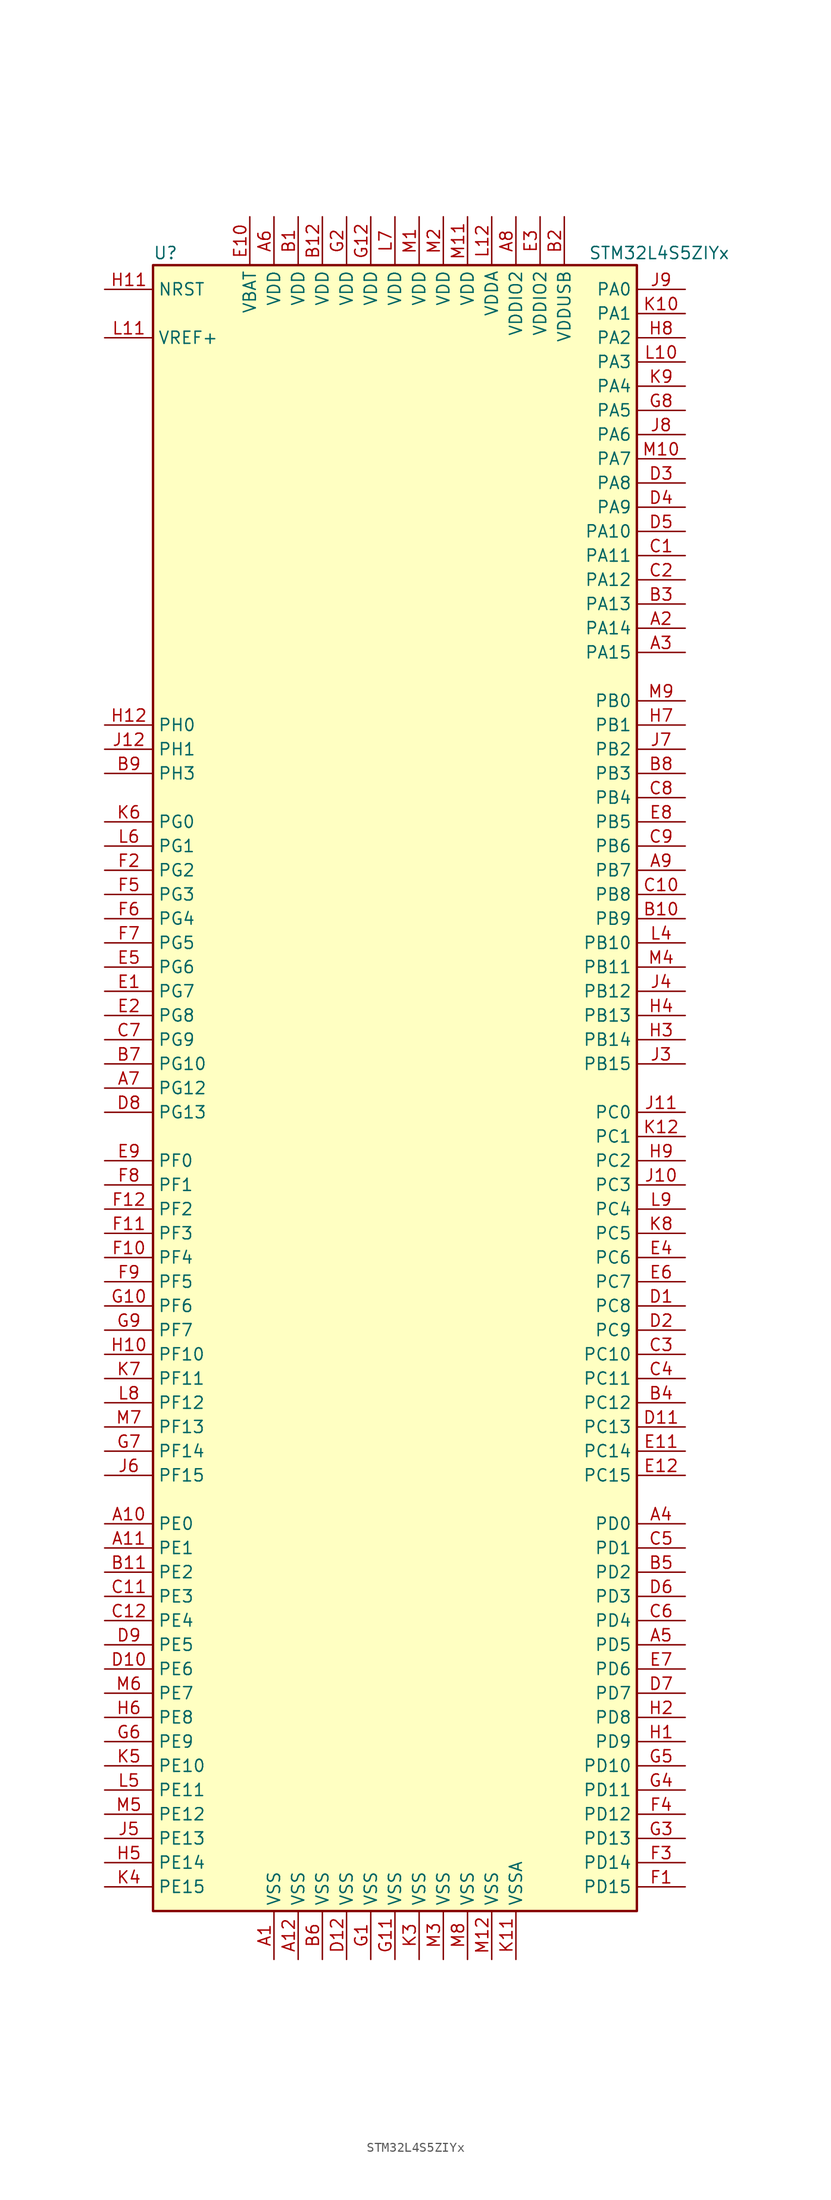
<source format=kicad_sym>
(kicad_symbol_lib
  (version 20220914)
  (generator kicad_symbol_editor)
  (symbol "STM32L4S5ZIYx"
    (property "Reference" "U"
      (at -25.4 87.63 0)
      (effects (font (size 1.27 1.27)) (justify left)))
    (property "Value" "STM32L4S5ZIYx"
      (at 20.32 87.63 0)
      (effects (font (size 1.27 1.27)) (justify left)))
    (symbol "STM32L4S5ZIYx_0_1"
      (rectangle (start -25.4 -86.36) (end 25.4 86.36) (stroke (width 0.254) (type default)) (fill (type background))))
    (symbol "STM32L4S5ZIYx_1_1"
      (pin power_in line (at -12.7 -91.44 90) (length 5.08) (name "VSS" (effects (font (size 1.27 1.27)))) (number "A1" (effects (font (size 1.27 1.27)))))
      (pin bidirectional line (at -30.48 -45.72 0) (length 5.08) (name "PE0" (effects (font (size 1.27 1.27)))) (number "A10" (effects (font (size 1.27 1.27)))))
      (pin bidirectional line (at -30.48 -48.26 0) (length 5.08) (name "PE1" (effects (font (size 1.27 1.27)))) (number "A11" (effects (font (size 1.27 1.27)))))
      (pin power_in line (at -10.16 -91.44 90) (length 5.08) (name "VSS" (effects (font (size 1.27 1.27)))) (number "A12" (effects (font (size 1.27 1.27)))))
      (pin bidirectional line (at 30.48 48.26 180) (length 5.08) (name "PA14" (effects (font (size 1.27 1.27)))) (number "A2" (effects (font (size 1.27 1.27)))))
      (pin bidirectional line (at 30.48 45.72 180) (length 5.08) (name "PA15" (effects (font (size 1.27 1.27)))) (number "A3" (effects (font (size 1.27 1.27)))))
      (pin bidirectional line (at 30.48 -45.72 180) (length 5.08) (name "PD0" (effects (font (size 1.27 1.27)))) (number "A4" (effects (font (size 1.27 1.27)))))
      (pin bidirectional line (at 30.48 -58.42 180) (length 5.08) (name "PD5" (effects (font (size 1.27 1.27)))) (number "A5" (effects (font (size 1.27 1.27)))))
      (pin power_in line (at -12.7 91.44 270) (length 5.08) (name "VDD" (effects (font (size 1.27 1.27)))) (number "A6" (effects (font (size 1.27 1.27)))))
      (pin bidirectional line (at -30.48 0 0) (length 5.08) (name "PG12" (effects (font (size 1.27 1.27)))) (number "A7" (effects (font (size 1.27 1.27)))))
      (pin power_in line (at 12.7 91.44 270) (length 5.08) (name "VDDIO2" (effects (font (size 1.27 1.27)))) (number "A8" (effects (font (size 1.27 1.27)))))
      (pin bidirectional line (at 30.48 22.86 180) (length 5.08) (name "PB7" (effects (font (size 1.27 1.27)))) (number "A9" (effects (font (size 1.27 1.27)))))
      (pin power_in line (at -10.16 91.44 270) (length 5.08) (name "VDD" (effects (font (size 1.27 1.27)))) (number "B1" (effects (font (size 1.27 1.27)))))
      (pin bidirectional line (at 30.48 17.78 180) (length 5.08) (name "PB9" (effects (font (size 1.27 1.27)))) (number "B10" (effects (font (size 1.27 1.27)))))
      (pin bidirectional line (at -30.48 -50.8 0) (length 5.08) (name "PE2" (effects (font (size 1.27 1.27)))) (number "B11" (effects (font (size 1.27 1.27)))))
      (pin power_in line (at -7.62 91.44 270) (length 5.08) (name "VDD" (effects (font (size 1.27 1.27)))) (number "B12" (effects (font (size 1.27 1.27)))))
      (pin power_in line (at 17.78 91.44 270) (length 5.08) (name "VDDUSB" (effects (font (size 1.27 1.27)))) (number "B2" (effects (font (size 1.27 1.27)))))
      (pin bidirectional line (at 30.48 50.8 180) (length 5.08) (name "PA13" (effects (font (size 1.27 1.27)))) (number "B3" (effects (font (size 1.27 1.27)))))
      (pin bidirectional line (at 30.48 -33.02 180) (length 5.08) (name "PC12" (effects (font (size 1.27 1.27)))) (number "B4" (effects (font (size 1.27 1.27)))))
      (pin bidirectional line (at 30.48 -50.8 180) (length 5.08) (name "PD2" (effects (font (size 1.27 1.27)))) (number "B5" (effects (font (size 1.27 1.27)))))
      (pin power_in line (at -7.62 -91.44 90) (length 5.08) (name "VSS" (effects (font (size 1.27 1.27)))) (number "B6" (effects (font (size 1.27 1.27)))))
      (pin bidirectional line (at -30.48 2.54 0) (length 5.08) (name "PG10" (effects (font (size 1.27 1.27)))) (number "B7" (effects (font (size 1.27 1.27)))))
      (pin bidirectional line (at 30.48 33.02 180) (length 5.08) (name "PB3" (effects (font (size 1.27 1.27)))) (number "B8" (effects (font (size 1.27 1.27)))))
      (pin bidirectional line (at -30.48 33.02 0) (length 5.08) (name "PH3" (effects (font (size 1.27 1.27)))) (number "B9" (effects (font (size 1.27 1.27)))))
      (pin bidirectional line (at 30.48 55.88 180) (length 5.08) (name "PA11" (effects (font (size 1.27 1.27)))) (number "C1" (effects (font (size 1.27 1.27)))))
      (pin bidirectional line (at 30.48 20.32 180) (length 5.08) (name "PB8" (effects (font (size 1.27 1.27)))) (number "C10" (effects (font (size 1.27 1.27)))))
      (pin bidirectional line (at -30.48 -53.34 0) (length 5.08) (name "PE3" (effects (font (size 1.27 1.27)))) (number "C11" (effects (font (size 1.27 1.27)))))
      (pin bidirectional line (at -30.48 -55.88 0) (length 5.08) (name "PE4" (effects (font (size 1.27 1.27)))) (number "C12" (effects (font (size 1.27 1.27)))))
      (pin bidirectional line (at 30.48 53.34 180) (length 5.08) (name "PA12" (effects (font (size 1.27 1.27)))) (number "C2" (effects (font (size 1.27 1.27)))))
      (pin bidirectional line (at 30.48 -27.94 180) (length 5.08) (name "PC10" (effects (font (size 1.27 1.27)))) (number "C3" (effects (font (size 1.27 1.27)))))
      (pin bidirectional line (at 30.48 -30.48 180) (length 5.08) (name "PC11" (effects (font (size 1.27 1.27)))) (number "C4" (effects (font (size 1.27 1.27)))))
      (pin bidirectional line (at 30.48 -48.26 180) (length 5.08) (name "PD1" (effects (font (size 1.27 1.27)))) (number "C5" (effects (font (size 1.27 1.27)))))
      (pin bidirectional line (at 30.48 -55.88 180) (length 5.08) (name "PD4" (effects (font (size 1.27 1.27)))) (number "C6" (effects (font (size 1.27 1.27)))))
      (pin bidirectional line (at -30.48 5.08 0) (length 5.08) (name "PG9" (effects (font (size 1.27 1.27)))) (number "C7" (effects (font (size 1.27 1.27)))))
      (pin bidirectional line (at 30.48 30.48 180) (length 5.08) (name "PB4" (effects (font (size 1.27 1.27)))) (number "C8" (effects (font (size 1.27 1.27)))))
      (pin bidirectional line (at 30.48 25.4 180) (length 5.08) (name "PB6" (effects (font (size 1.27 1.27)))) (number "C9" (effects (font (size 1.27 1.27)))))
      (pin bidirectional line (at 30.48 -22.86 180) (length 5.08) (name "PC8" (effects (font (size 1.27 1.27)))) (number "D1" (effects (font (size 1.27 1.27)))))
      (pin bidirectional line (at -30.48 -60.96 0) (length 5.08) (name "PE6" (effects (font (size 1.27 1.27)))) (number "D10" (effects (font (size 1.27 1.27)))))
      (pin bidirectional line (at 30.48 -35.56 180) (length 5.08) (name "PC13" (effects (font (size 1.27 1.27)))) (number "D11" (effects (font (size 1.27 1.27)))))
      (pin power_in line (at -5.08 -91.44 90) (length 5.08) (name "VSS" (effects (font (size 1.27 1.27)))) (number "D12" (effects (font (size 1.27 1.27)))))
      (pin bidirectional line (at 30.48 -25.4 180) (length 5.08) (name "PC9" (effects (font (size 1.27 1.27)))) (number "D2" (effects (font (size 1.27 1.27)))))
      (pin bidirectional line (at 30.48 63.5 180) (length 5.08) (name "PA8" (effects (font (size 1.27 1.27)))) (number "D3" (effects (font (size 1.27 1.27)))))
      (pin bidirectional line (at 30.48 60.96 180) (length 5.08) (name "PA9" (effects (font (size 1.27 1.27)))) (number "D4" (effects (font (size 1.27 1.27)))))
      (pin bidirectional line (at 30.48 58.42 180) (length 5.08) (name "PA10" (effects (font (size 1.27 1.27)))) (number "D5" (effects (font (size 1.27 1.27)))))
      (pin bidirectional line (at 30.48 -53.34 180) (length 5.08) (name "PD3" (effects (font (size 1.27 1.27)))) (number "D6" (effects (font (size 1.27 1.27)))))
      (pin bidirectional line (at 30.48 -63.5 180) (length 5.08) (name "PD7" (effects (font (size 1.27 1.27)))) (number "D7" (effects (font (size 1.27 1.27)))))
      (pin bidirectional line (at -30.48 -2.54 0) (length 5.08) (name "PG13" (effects (font (size 1.27 1.27)))) (number "D8" (effects (font (size 1.27 1.27)))))
      (pin bidirectional line (at -30.48 -58.42 0) (length 5.08) (name "PE5" (effects (font (size 1.27 1.27)))) (number "D9" (effects (font (size 1.27 1.27)))))
      (pin bidirectional line (at -30.48 10.16 0) (length 5.08) (name "PG7" (effects (font (size 1.27 1.27)))) (number "E1" (effects (font (size 1.27 1.27)))))
      (pin power_in line (at -15.24 91.44 270) (length 5.08) (name "VBAT" (effects (font (size 1.27 1.27)))) (number "E10" (effects (font (size 1.27 1.27)))))
      (pin bidirectional line (at 30.48 -38.1 180) (length 5.08) (name "PC14" (effects (font (size 1.27 1.27)))) (number "E11" (effects (font (size 1.27 1.27)))))
      (pin bidirectional line (at 30.48 -40.64 180) (length 5.08) (name "PC15" (effects (font (size 1.27 1.27)))) (number "E12" (effects (font (size 1.27 1.27)))))
      (pin bidirectional line (at -30.48 7.62 0) (length 5.08) (name "PG8" (effects (font (size 1.27 1.27)))) (number "E2" (effects (font (size 1.27 1.27)))))
      (pin power_in line (at 15.24 91.44 270) (length 5.08) (name "VDDIO2" (effects (font (size 1.27 1.27)))) (number "E3" (effects (font (size 1.27 1.27)))))
      (pin bidirectional line (at 30.48 -17.78 180) (length 5.08) (name "PC6" (effects (font (size 1.27 1.27)))) (number "E4" (effects (font (size 1.27 1.27)))))
      (pin bidirectional line (at -30.48 12.7 0) (length 5.08) (name "PG6" (effects (font (size 1.27 1.27)))) (number "E5" (effects (font (size 1.27 1.27)))))
      (pin bidirectional line (at 30.48 -20.32 180) (length 5.08) (name "PC7" (effects (font (size 1.27 1.27)))) (number "E6" (effects (font (size 1.27 1.27)))))
      (pin bidirectional line (at 30.48 -60.96 180) (length 5.08) (name "PD6" (effects (font (size 1.27 1.27)))) (number "E7" (effects (font (size 1.27 1.27)))))
      (pin bidirectional line (at 30.48 27.94 180) (length 5.08) (name "PB5" (effects (font (size 1.27 1.27)))) (number "E8" (effects (font (size 1.27 1.27)))))
      (pin bidirectional line (at -30.48 -7.62 0) (length 5.08) (name "PF0" (effects (font (size 1.27 1.27)))) (number "E9" (effects (font (size 1.27 1.27)))))
      (pin bidirectional line (at 30.48 -83.82 180) (length 5.08) (name "PD15" (effects (font (size 1.27 1.27)))) (number "F1" (effects (font (size 1.27 1.27)))))
      (pin bidirectional line (at -30.48 -17.78 0) (length 5.08) (name "PF4" (effects (font (size 1.27 1.27)))) (number "F10" (effects (font (size 1.27 1.27)))))
      (pin bidirectional line (at -30.48 -15.24 0) (length 5.08) (name "PF3" (effects (font (size 1.27 1.27)))) (number "F11" (effects (font (size 1.27 1.27)))))
      (pin bidirectional line (at -30.48 -12.7 0) (length 5.08) (name "PF2" (effects (font (size 1.27 1.27)))) (number "F12" (effects (font (size 1.27 1.27)))))
      (pin bidirectional line (at -30.48 22.86 0) (length 5.08) (name "PG2" (effects (font (size 1.27 1.27)))) (number "F2" (effects (font (size 1.27 1.27)))))
      (pin bidirectional line (at 30.48 -81.28 180) (length 5.08) (name "PD14" (effects (font (size 1.27 1.27)))) (number "F3" (effects (font (size 1.27 1.27)))))
      (pin bidirectional line (at 30.48 -76.2 180) (length 5.08) (name "PD12" (effects (font (size 1.27 1.27)))) (number "F4" (effects (font (size 1.27 1.27)))))
      (pin bidirectional line (at -30.48 20.32 0) (length 5.08) (name "PG3" (effects (font (size 1.27 1.27)))) (number "F5" (effects (font (size 1.27 1.27)))))
      (pin bidirectional line (at -30.48 17.78 0) (length 5.08) (name "PG4" (effects (font (size 1.27 1.27)))) (number "F6" (effects (font (size 1.27 1.27)))))
      (pin bidirectional line (at -30.48 15.24 0) (length 5.08) (name "PG5" (effects (font (size 1.27 1.27)))) (number "F7" (effects (font (size 1.27 1.27)))))
      (pin bidirectional line (at -30.48 -10.16 0) (length 5.08) (name "PF1" (effects (font (size 1.27 1.27)))) (number "F8" (effects (font (size 1.27 1.27)))))
      (pin bidirectional line (at -30.48 -20.32 0) (length 5.08) (name "PF5" (effects (font (size 1.27 1.27)))) (number "F9" (effects (font (size 1.27 1.27)))))
      (pin power_in line (at -2.54 -91.44 90) (length 5.08) (name "VSS" (effects (font (size 1.27 1.27)))) (number "G1" (effects (font (size 1.27 1.27)))))
      (pin bidirectional line (at -30.48 -22.86 0) (length 5.08) (name "PF6" (effects (font (size 1.27 1.27)))) (number "G10" (effects (font (size 1.27 1.27)))))
      (pin power_in line (at 0 -91.44 90) (length 5.08) (name "VSS" (effects (font (size 1.27 1.27)))) (number "G11" (effects (font (size 1.27 1.27)))))
      (pin power_in line (at -2.54 91.44 270) (length 5.08) (name "VDD" (effects (font (size 1.27 1.27)))) (number "G12" (effects (font (size 1.27 1.27)))))
      (pin power_in line (at -5.08 91.44 270) (length 5.08) (name "VDD" (effects (font (size 1.27 1.27)))) (number "G2" (effects (font (size 1.27 1.27)))))
      (pin bidirectional line (at 30.48 -78.74 180) (length 5.08) (name "PD13" (effects (font (size 1.27 1.27)))) (number "G3" (effects (font (size 1.27 1.27)))))
      (pin bidirectional line (at 30.48 -73.66 180) (length 5.08) (name "PD11" (effects (font (size 1.27 1.27)))) (number "G4" (effects (font (size 1.27 1.27)))))
      (pin bidirectional line (at 30.48 -71.12 180) (length 5.08) (name "PD10" (effects (font (size 1.27 1.27)))) (number "G5" (effects (font (size 1.27 1.27)))))
      (pin bidirectional line (at -30.48 -68.58 0) (length 5.08) (name "PE9" (effects (font (size 1.27 1.27)))) (number "G6" (effects (font (size 1.27 1.27)))))
      (pin bidirectional line (at -30.48 -38.1 0) (length 5.08) (name "PF14" (effects (font (size 1.27 1.27)))) (number "G7" (effects (font (size 1.27 1.27)))))
      (pin bidirectional line (at 30.48 71.12 180) (length 5.08) (name "PA5" (effects (font (size 1.27 1.27)))) (number "G8" (effects (font (size 1.27 1.27)))))
      (pin bidirectional line (at -30.48 -25.4 0) (length 5.08) (name "PF7" (effects (font (size 1.27 1.27)))) (number "G9" (effects (font (size 1.27 1.27)))))
      (pin bidirectional line (at 30.48 -68.58 180) (length 5.08) (name "PD9" (effects (font (size 1.27 1.27)))) (number "H1" (effects (font (size 1.27 1.27)))))
      (pin bidirectional line (at -30.48 -27.94 0) (length 5.08) (name "PF10" (effects (font (size 1.27 1.27)))) (number "H10" (effects (font (size 1.27 1.27)))))
      (pin input line (at -30.48 83.82 0) (length 5.08) (name "NRST" (effects (font (size 1.27 1.27)))) (number "H11" (effects (font (size 1.27 1.27)))))
      (pin input line (at -30.48 38.1 0) (length 5.08) (name "PH0" (effects (font (size 1.27 1.27)))) (number "H12" (effects (font (size 1.27 1.27)))))
      (pin bidirectional line (at 30.48 -66.04 180) (length 5.08) (name "PD8" (effects (font (size 1.27 1.27)))) (number "H2" (effects (font (size 1.27 1.27)))))
      (pin bidirectional line (at 30.48 5.08 180) (length 5.08) (name "PB14" (effects (font (size 1.27 1.27)))) (number "H3" (effects (font (size 1.27 1.27)))))
      (pin bidirectional line (at 30.48 7.62 180) (length 5.08) (name "PB13" (effects (font (size 1.27 1.27)))) (number "H4" (effects (font (size 1.27 1.27)))))
      (pin bidirectional line (at -30.48 -81.28 0) (length 5.08) (name "PE14" (effects (font (size 1.27 1.27)))) (number "H5" (effects (font (size 1.27 1.27)))))
      (pin bidirectional line (at -30.48 -66.04 0) (length 5.08) (name "PE8" (effects (font (size 1.27 1.27)))) (number "H6" (effects (font (size 1.27 1.27)))))
      (pin bidirectional line (at 30.48 38.1 180) (length 5.08) (name "PB1" (effects (font (size 1.27 1.27)))) (number "H7" (effects (font (size 1.27 1.27)))))
      (pin bidirectional line (at 30.48 78.74 180) (length 5.08) (name "PA2" (effects (font (size 1.27 1.27)))) (number "H8" (effects (font (size 1.27 1.27)))))
      (pin bidirectional line (at 30.48 -7.62 180) (length 5.08) (name "PC2" (effects (font (size 1.27 1.27)))) (number "H9" (effects (font (size 1.27 1.27)))))
      (pin no_connect line (at -25.4 -83.82 0) (length 5.08) hide (name "NC" (effects (font (size 1.27 1.27)))) (number "J1" (effects (font (size 1.27 1.27)))))
      (pin bidirectional line (at 30.48 -10.16 180) (length 5.08) (name "PC3" (effects (font (size 1.27 1.27)))) (number "J10" (effects (font (size 1.27 1.27)))))
      (pin bidirectional line (at 30.48 -2.54 180) (length 5.08) (name "PC0" (effects (font (size 1.27 1.27)))) (number "J11" (effects (font (size 1.27 1.27)))))
      (pin input line (at -30.48 35.56 0) (length 5.08) (name "PH1" (effects (font (size 1.27 1.27)))) (number "J12" (effects (font (size 1.27 1.27)))))
      (pin no_connect line (at -25.4 -81.28 0) (length 5.08) hide (name "NC" (effects (font (size 1.27 1.27)))) (number "J2" (effects (font (size 1.27 1.27)))))
      (pin bidirectional line (at 30.48 2.54 180) (length 5.08) (name "PB15" (effects (font (size 1.27 1.27)))) (number "J3" (effects (font (size 1.27 1.27)))))
      (pin bidirectional line (at 30.48 10.16 180) (length 5.08) (name "PB12" (effects (font (size 1.27 1.27)))) (number "J4" (effects (font (size 1.27 1.27)))))
      (pin bidirectional line (at -30.48 -78.74 0) (length 5.08) (name "PE13" (effects (font (size 1.27 1.27)))) (number "J5" (effects (font (size 1.27 1.27)))))
      (pin bidirectional line (at -30.48 -40.64 0) (length 5.08) (name "PF15" (effects (font (size 1.27 1.27)))) (number "J6" (effects (font (size 1.27 1.27)))))
      (pin bidirectional line (at 30.48 35.56 180) (length 5.08) (name "PB2" (effects (font (size 1.27 1.27)))) (number "J7" (effects (font (size 1.27 1.27)))))
      (pin bidirectional line (at 30.48 68.58 180) (length 5.08) (name "PA6" (effects (font (size 1.27 1.27)))) (number "J8" (effects (font (size 1.27 1.27)))))
      (pin bidirectional line (at 30.48 83.82 180) (length 5.08) (name "PA0" (effects (font (size 1.27 1.27)))) (number "J9" (effects (font (size 1.27 1.27)))))
      (pin no_connect line (at -25.4 -78.74 0) (length 5.08) hide (name "NC" (effects (font (size 1.27 1.27)))) (number "K1" (effects (font (size 1.27 1.27)))))
      (pin bidirectional line (at 30.48 81.28 180) (length 5.08) (name "PA1" (effects (font (size 1.27 1.27)))) (number "K10" (effects (font (size 1.27 1.27)))))
      (pin power_in line (at 12.7 -91.44 90) (length 5.08) (name "VSSA" (effects (font (size 1.27 1.27)))) (number "K11" (effects (font (size 1.27 1.27)))))
      (pin bidirectional line (at 30.48 -5.08 180) (length 5.08) (name "PC1" (effects (font (size 1.27 1.27)))) (number "K12" (effects (font (size 1.27 1.27)))))
      (pin no_connect line (at -25.4 -76.2 0) (length 5.08) hide (name "NC" (effects (font (size 1.27 1.27)))) (number "K2" (effects (font (size 1.27 1.27)))))
      (pin power_in line (at 2.54 -91.44 90) (length 5.08) (name "VSS" (effects (font (size 1.27 1.27)))) (number "K3" (effects (font (size 1.27 1.27)))))
      (pin bidirectional line (at -30.48 -83.82 0) (length 5.08) (name "PE15" (effects (font (size 1.27 1.27)))) (number "K4" (effects (font (size 1.27 1.27)))))
      (pin bidirectional line (at -30.48 -71.12 0) (length 5.08) (name "PE10" (effects (font (size 1.27 1.27)))) (number "K5" (effects (font (size 1.27 1.27)))))
      (pin bidirectional line (at -30.48 27.94 0) (length 5.08) (name "PG0" (effects (font (size 1.27 1.27)))) (number "K6" (effects (font (size 1.27 1.27)))))
      (pin bidirectional line (at -30.48 -30.48 0) (length 5.08) (name "PF11" (effects (font (size 1.27 1.27)))) (number "K7" (effects (font (size 1.27 1.27)))))
      (pin bidirectional line (at 30.48 -15.24 180) (length 5.08) (name "PC5" (effects (font (size 1.27 1.27)))) (number "K8" (effects (font (size 1.27 1.27)))))
      (pin bidirectional line (at 30.48 73.66 180) (length 5.08) (name "PA4" (effects (font (size 1.27 1.27)))) (number "K9" (effects (font (size 1.27 1.27)))))
      (pin no_connect line (at -25.4 -73.66 0) (length 5.08) hide (name "NC" (effects (font (size 1.27 1.27)))) (number "L1" (effects (font (size 1.27 1.27)))))
      (pin bidirectional line (at 30.48 76.2 180) (length 5.08) (name "PA3" (effects (font (size 1.27 1.27)))) (number "L10" (effects (font (size 1.27 1.27)))))
      (pin bidirectional line (at -30.48 78.74 0) (length 5.08) (name "VREF+" (effects (font (size 1.27 1.27)))) (number "L11" (effects (font (size 1.27 1.27)))))
      (pin power_in line (at 10.16 91.44 270) (length 5.08) (name "VDDA" (effects (font (size 1.27 1.27)))) (number "L12" (effects (font (size 1.27 1.27)))))
      (pin no_connect line (at -25.4 -71.12 0) (length 5.08) hide (name "NC" (effects (font (size 1.27 1.27)))) (number "L2" (effects (font (size 1.27 1.27)))))
      (pin no_connect line (at -25.4 -68.58 0) (length 5.08) hide (name "NC" (effects (font (size 1.27 1.27)))) (number "L3" (effects (font (size 1.27 1.27)))))
      (pin bidirectional line (at 30.48 15.24 180) (length 5.08) (name "PB10" (effects (font (size 1.27 1.27)))) (number "L4" (effects (font (size 1.27 1.27)))))
      (pin bidirectional line (at -30.48 -73.66 0) (length 5.08) (name "PE11" (effects (font (size 1.27 1.27)))) (number "L5" (effects (font (size 1.27 1.27)))))
      (pin bidirectional line (at -30.48 25.4 0) (length 5.08) (name "PG1" (effects (font (size 1.27 1.27)))) (number "L6" (effects (font (size 1.27 1.27)))))
      (pin power_in line (at 0 91.44 270) (length 5.08) (name "VDD" (effects (font (size 1.27 1.27)))) (number "L7" (effects (font (size 1.27 1.27)))))
      (pin bidirectional line (at -30.48 -33.02 0) (length 5.08) (name "PF12" (effects (font (size 1.27 1.27)))) (number "L8" (effects (font (size 1.27 1.27)))))
      (pin bidirectional line (at 30.48 -12.7 180) (length 5.08) (name "PC4" (effects (font (size 1.27 1.27)))) (number "L9" (effects (font (size 1.27 1.27)))))
      (pin power_in line (at 2.54 91.44 270) (length 5.08) (name "VDD" (effects (font (size 1.27 1.27)))) (number "M1" (effects (font (size 1.27 1.27)))))
      (pin bidirectional line (at 30.48 66.04 180) (length 5.08) (name "PA7" (effects (font (size 1.27 1.27)))) (number "M10" (effects (font (size 1.27 1.27)))))
      (pin power_in line (at 7.62 91.44 270) (length 5.08) (name "VDD" (effects (font (size 1.27 1.27)))) (number "M11" (effects (font (size 1.27 1.27)))))
      (pin power_in line (at 10.16 -91.44 90) (length 5.08) (name "VSS" (effects (font (size 1.27 1.27)))) (number "M12" (effects (font (size 1.27 1.27)))))
      (pin power_in line (at 5.08 91.44 270) (length 5.08) (name "VDD" (effects (font (size 1.27 1.27)))) (number "M2" (effects (font (size 1.27 1.27)))))
      (pin power_in line (at 5.08 -91.44 90) (length 5.08) (name "VSS" (effects (font (size 1.27 1.27)))) (number "M3" (effects (font (size 1.27 1.27)))))
      (pin bidirectional line (at 30.48 12.7 180) (length 5.08) (name "PB11" (effects (font (size 1.27 1.27)))) (number "M4" (effects (font (size 1.27 1.27)))))
      (pin bidirectional line (at -30.48 -76.2 0) (length 5.08) (name "PE12" (effects (font (size 1.27 1.27)))) (number "M5" (effects (font (size 1.27 1.27)))))
      (pin bidirectional line (at -30.48 -63.5 0) (length 5.08) (name "PE7" (effects (font (size 1.27 1.27)))) (number "M6" (effects (font (size 1.27 1.27)))))
      (pin bidirectional line (at -30.48 -35.56 0) (length 5.08) (name "PF13" (effects (font (size 1.27 1.27)))) (number "M7" (effects (font (size 1.27 1.27)))))
      (pin power_in line (at 7.62 -91.44 90) (length 5.08) (name "VSS" (effects (font (size 1.27 1.27)))) (number "M8" (effects (font (size 1.27 1.27)))))
      (pin bidirectional line (at 30.48 40.64 180) (length 5.08) (name "PB0" (effects (font (size 1.27 1.27)))) (number "M9" (effects (font (size 1.27 1.27))))))))
</source>
